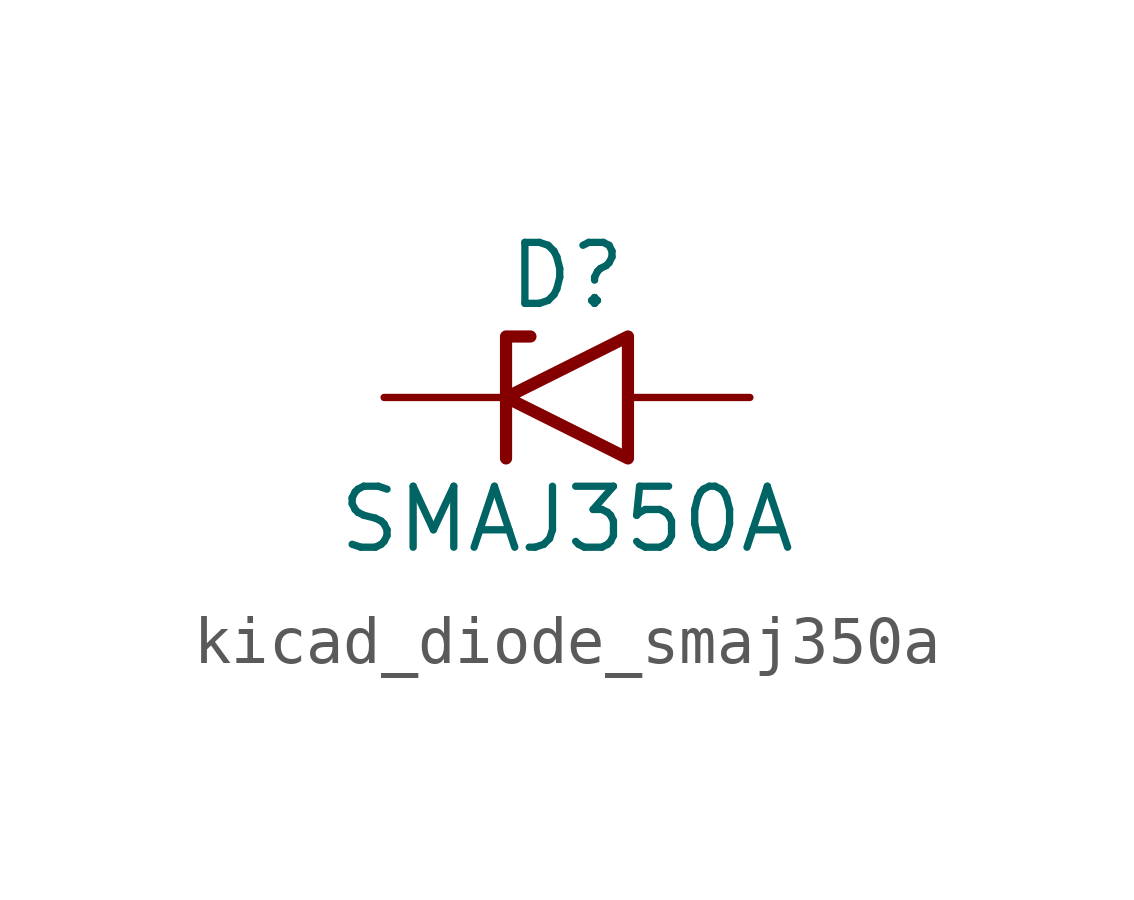
<source format=kicad_sym>
(kicad_symbol_lib
  (version 20220914)
  (generator kicad_symbol_editor)
  (symbol "kicad_diode_smaj350a"
    (pin_numbers hide)
    (pin_names
      (offset 1.016) hide)
    (property "Reference" "D"
      (at 0 2.54 0)
      (effects (font (size 1.27 1.27))))
    (property "Value" "SMAJ350A"
      (at 0 -2.54 0)
      (effects (font (size 1.27 1.27))))
    (symbol "kicad_diode_smaj350a_0_1"
      (polyline (pts (xy -0.762 1.27) (xy -1.27 1.27) (xy -1.27 -1.27)) (stroke (width 0.254) (type default)) (fill (type none)))
      (polyline (pts (xy 1.27 1.27) (xy 1.27 -1.27) (xy -1.27 0) (xy 1.27 1.27)) (stroke (width 0.254) (type default)) (fill (type none))))
    (symbol "kicad_diode_smaj350a_1_1"
      (pin passive line (at -3.81 0 0) (length 2.54) (name "A1" (effects (font (size 1.27 1.27)))) (number "1" (effects (font (size 1.27 1.27)))))
      (pin passive line (at 3.81 0 180) (length 2.54) (name "A2" (effects (font (size 1.27 1.27)))) (number "2" (effects (font (size 1.27 1.27))))))))
</source>
